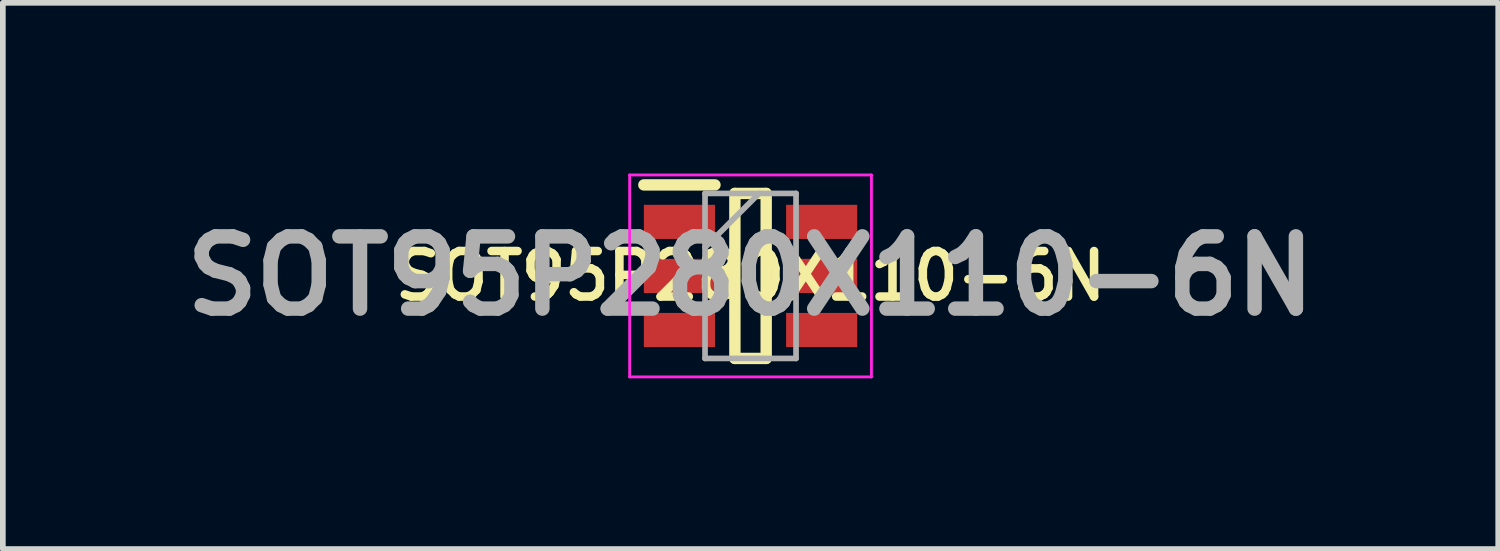
<source format=kicad_pcb>
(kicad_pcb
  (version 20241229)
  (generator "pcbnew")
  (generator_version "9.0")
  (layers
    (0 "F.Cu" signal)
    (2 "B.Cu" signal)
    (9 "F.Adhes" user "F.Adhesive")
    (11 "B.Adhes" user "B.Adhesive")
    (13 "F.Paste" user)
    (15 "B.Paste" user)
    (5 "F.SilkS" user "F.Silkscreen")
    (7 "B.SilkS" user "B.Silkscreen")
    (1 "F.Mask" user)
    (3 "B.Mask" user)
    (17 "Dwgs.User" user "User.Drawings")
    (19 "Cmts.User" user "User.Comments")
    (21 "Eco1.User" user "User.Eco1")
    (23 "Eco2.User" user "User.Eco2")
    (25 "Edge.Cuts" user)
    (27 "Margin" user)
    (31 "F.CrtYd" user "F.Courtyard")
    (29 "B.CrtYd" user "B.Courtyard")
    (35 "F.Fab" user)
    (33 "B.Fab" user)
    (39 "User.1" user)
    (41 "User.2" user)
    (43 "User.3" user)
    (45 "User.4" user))
  (footprint "SOT95P280X110-6N"
    (layer "F.Cu")
    (at 10.142 1.8)
    (property "Reference" "SOT95P280X110-6N" (at 0 0 0) (layer "F.SilkS") (effects (font (size 0.8 0.8) (thickness 0.15) (bold yes))))
    (attr smd)
    (fp_line (start -1.875 -1.6) (end -0.625 -1.6) (stroke (width 0.2) (type solid)) (layer "F.SilkS"))
    (fp_line (start -0.275 -1.45) (end 0.275 -1.45) (stroke (width 0.2) (type solid)) (layer "F.SilkS"))
    (fp_line (start -0.275 1.45) (end -0.275 -1.45) (stroke (width 0.2) (type solid)) (layer "F.SilkS"))
    (fp_line (start 0.275 -1.45) (end 0.275 1.45) (stroke (width 0.2) (type solid)) (layer "F.SilkS"))
    (fp_line (start 0.275 1.45) (end -0.275 1.45) (stroke (width 0.2) (type solid)) (layer "F.SilkS"))
    (fp_line (start -2.125 -1.775) (end 2.125 -1.775) (stroke (width 0.05) (type solid)) (layer "F.CrtYd"))
    (fp_line (start -2.125 1.775) (end -2.125 -1.775) (stroke (width 0.05) (type solid)) (layer "F.CrtYd"))
    (fp_line (start 2.125 -1.775) (end 2.125 1.775) (stroke (width 0.05) (type solid)) (layer "F.CrtYd"))
    (fp_line (start 2.125 1.775) (end -2.125 1.775) (stroke (width 0.05) (type solid)) (layer "F.CrtYd"))
    (fp_line (start -0.8 -1.45) (end 0.8 -1.45) (stroke (width 0.1) (type solid)) (layer "F.Fab"))
    (fp_line (start -0.8 -0.5) (end 0.15 -1.45) (stroke (width 0.1) (type solid)) (layer "F.Fab"))
    (fp_line (start -0.8 1.45) (end -0.8 -1.45) (stroke (width 0.1) (type solid)) (layer "F.Fab"))
    (fp_line (start 0.8 -1.45) (end 0.8 1.45) (stroke (width 0.1) (type solid)) (layer "F.Fab"))
    (fp_line (start 0.8 1.45) (end -0.8 1.45) (stroke (width 0.1) (type solid)) (layer "F.Fab"))
    (fp_text user "${REFERENCE}" (at 0 0 0) (layer "F.Fab") (effects (font (size 1.27 1.27) (thickness 0.254))))
    (pad "1" smd rect (at -1.25 -0.95 90) (size 0.6 1.25) (layers "F.Cu" "F.Mask" "F.Paste"))
    (pad "2" smd rect (at -1.25 0 90) (size 0.6 1.25) (layers "F.Cu" "F.Mask" "F.Paste"))
    (pad "3" smd rect (at -1.25 0.95 90) (size 0.6 1.25) (layers "F.Cu" "F.Mask" "F.Paste"))
    (pad "4" smd rect (at 1.25 0.95 90) (size 0.6 1.25) (layers "F.Cu" "F.Mask" "F.Paste"))
    (pad "5" smd rect (at 1.25 0 90) (size 0.6 1.25) (layers "F.Cu" "F.Mask" "F.Paste"))
    (pad "6" smd rect (at 1.25 -0.95 90) (size 0.6 1.25) (layers "F.Cu" "F.Mask" "F.Paste")))
  (gr_rect
    (start -3 -3)
    (end 23.284 6.6)
    (stroke (width 0.1) (type default))
    (fill no)
    (layer "Edge.Cuts")))
</source>
